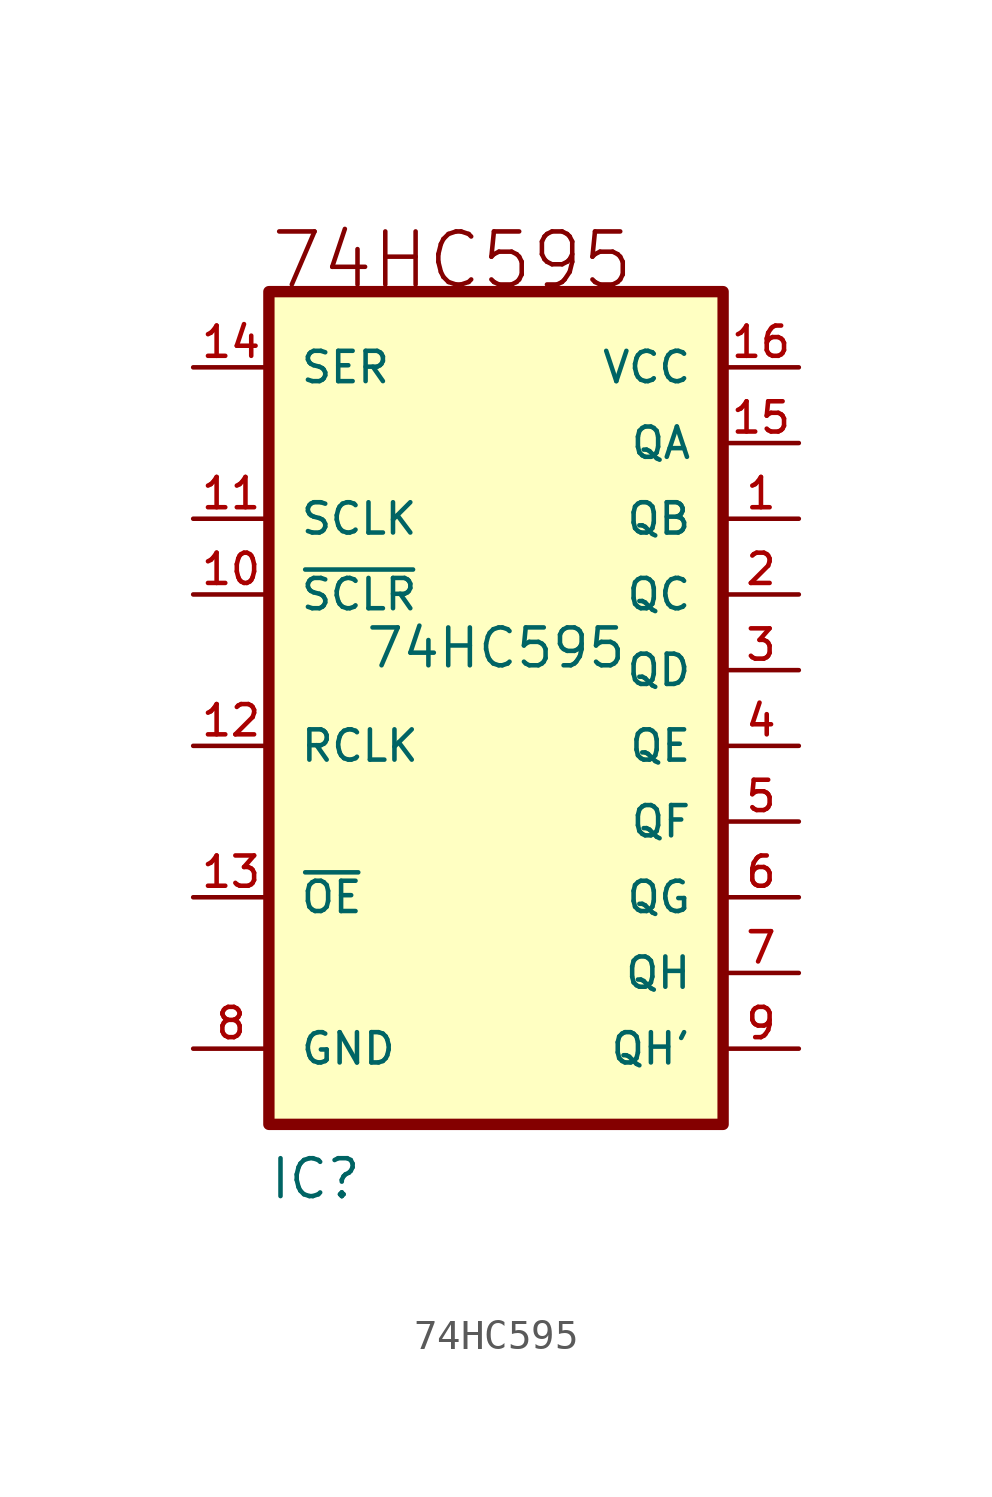
<source format=kicad_sym>
(kicad_symbol_lib
  (version 20211014)
  (generator kicad_symbol_editor)
  (symbol "74HC595"
    (pin_names
      (offset 1.016))
    (property "Reference" "IC"
      (at -7.633 -17.809 0)
      (effects (font (size 1.27 1.27)) (justify bottom left)))
    (property "Value" "74HC595"
      (at 0 0.0 0)
      (effects (font (size 1.27 1.27)) (justify bottom)))
    (symbol "74HC595_0_0"
      (text "74HC595" (at -7.629 12.714 0) (effects (font (size 1.78 1.78)) (justify bottom left)))
      (rectangle (start -7.62 -15.24) (end 7.62 12.7) (stroke (width 0.381)) (fill (type background)))
      (pin tri_state line (at 10.16 5.08 180.0) (length 2.54) (name "QB" (effects (font (size 1.016 1.016)))) (number "1" (effects (font (size 1.016 1.016)))))
      (pin tri_state line (at 10.16 2.54 180.0) (length 2.54) (name "QC" (effects (font (size 1.016 1.016)))) (number "2" (effects (font (size 1.016 1.016)))))
      (pin tri_state line (at 10.16 0.0 180.0) (length 2.54) (name "QD" (effects (font (size 1.016 1.016)))) (number "3" (effects (font (size 1.016 1.016)))))
      (pin tri_state line (at 10.16 -2.54 180.0) (length 2.54) (name "QE" (effects (font (size 1.016 1.016)))) (number "4" (effects (font (size 1.016 1.016)))))
      (pin tri_state line (at 10.16 -5.08 180.0) (length 2.54) (name "QF" (effects (font (size 1.016 1.016)))) (number "5" (effects (font (size 1.016 1.016)))))
      (pin tri_state line (at 10.16 -7.62 180.0) (length 2.54) (name "QG" (effects (font (size 1.016 1.016)))) (number "6" (effects (font (size 1.016 1.016)))))
      (pin tri_state line (at 10.16 -10.16 180.0) (length 2.54) (name "QH" (effects (font (size 1.016 1.016)))) (number "7" (effects (font (size 1.016 1.016)))))
      (pin input line (at -10.16 2.54 0) (length 2.54) (name "~{SCLR}" (effects (font (size 1.016 1.016)))) (number "10" (effects (font (size 1.016 1.016)))))
      (pin input line (at -10.16 5.08 0) (length 2.54) (name "SCLK" (effects (font (size 1.016 1.016)))) (number "11" (effects (font (size 1.016 1.016)))))
      (pin input line (at -10.16 -2.54 0) (length 2.54) (name "RCLK" (effects (font (size 1.016 1.016)))) (number "12" (effects (font (size 1.016 1.016)))))
      (pin input line (at -10.16 -7.62 0) (length 2.54) (name "~{OE}" (effects (font (size 1.016 1.016)))) (number "13" (effects (font (size 1.016 1.016)))))
      (pin input line (at -10.16 10.16 0) (length 2.54) (name "SER" (effects (font (size 1.016 1.016)))) (number "14" (effects (font (size 1.016 1.016)))))
      (pin tri_state line (at 10.16 7.62 180.0) (length 2.54) (name "QA" (effects (font (size 1.016 1.016)))) (number "15" (effects (font (size 1.016 1.016)))))
      (pin tri_state line (at 10.16 -12.7 180.0) (length 2.54) (name "QH'" (effects (font (size 1.016 1.016)))) (number "9" (effects (font (size 1.016 1.016)))))
      (pin power_in line (at -10.16 -12.7 0) (length 2.54) (name "GND" (effects (font (size 1.016 1.016)))) (number "8" (effects (font (size 1.016 1.016)))))
      (pin power_in line (at 10.16 10.16 180.0) (length 2.54) (name "VCC" (effects (font (size 1.016 1.016)))) (number "16" (effects (font (size 1.016 1.016))))))))
</source>
